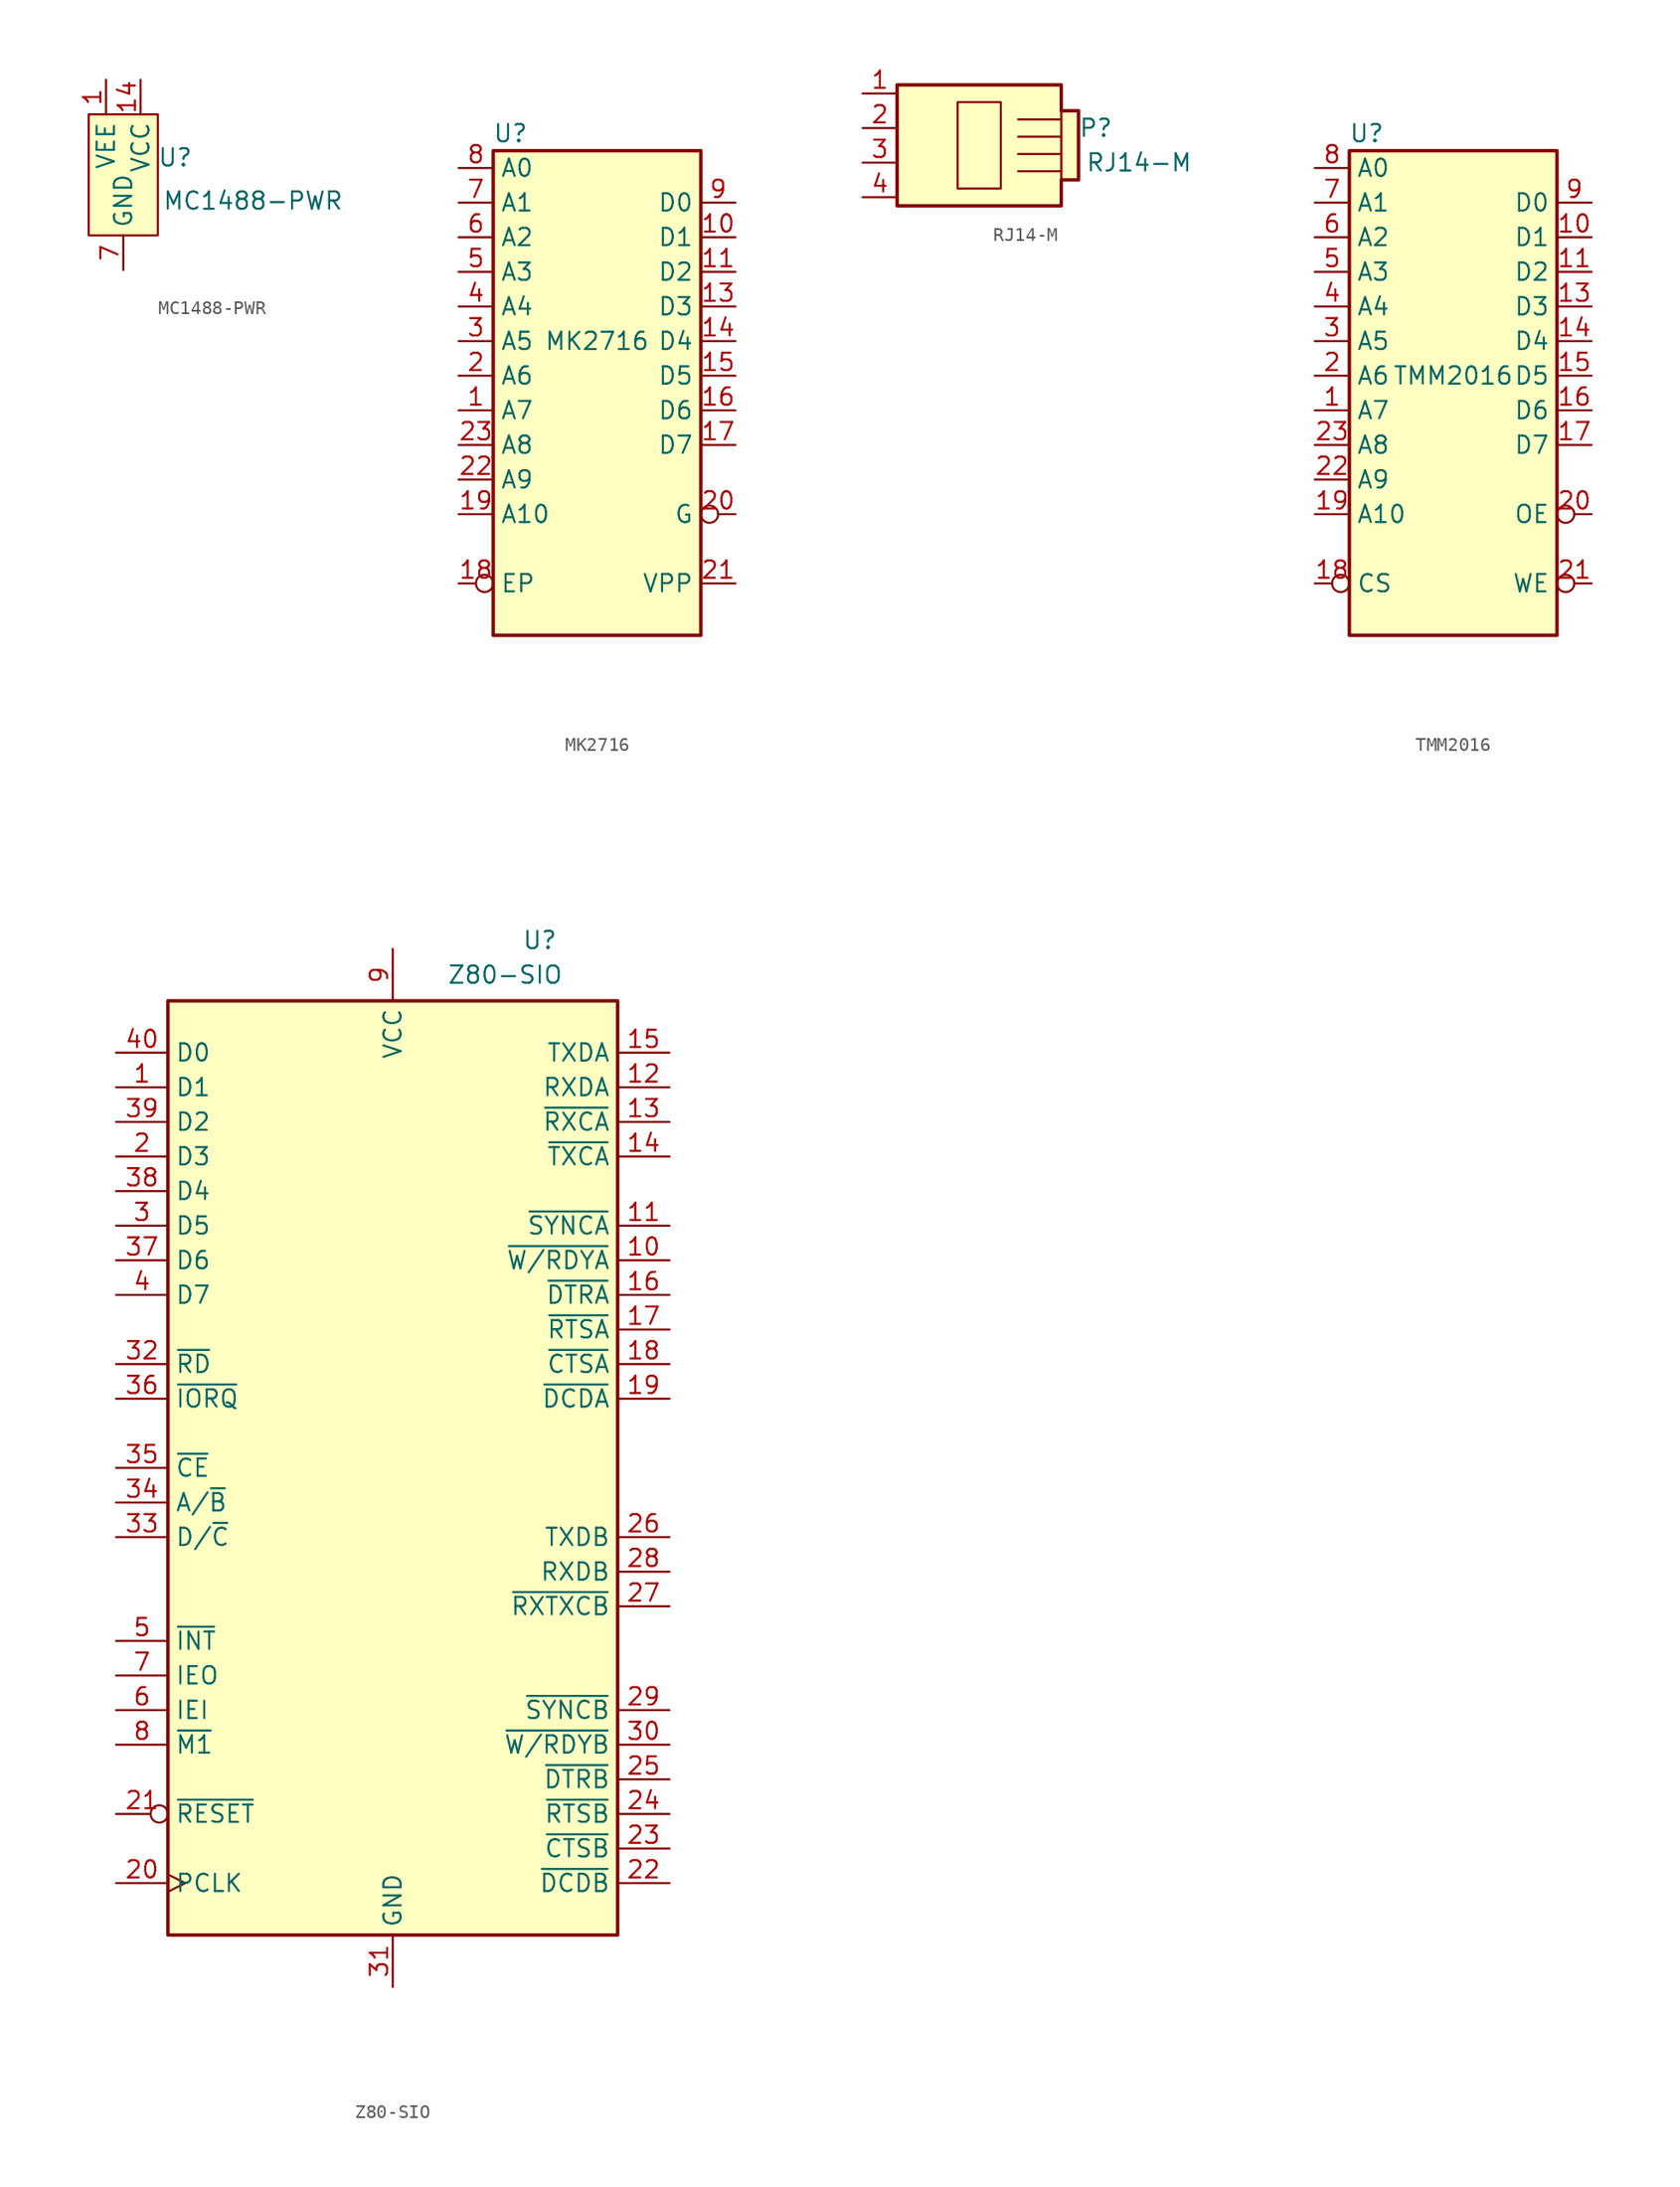
<source format=kicad_sym>
(kicad_symbol_lib
  (version 20211014)
  (generator kicad_symbol_editor)
  (symbol "MC1488-PWR"
    (property "Reference" "U"
      (at 3.81 1.27 0)
      (effects (font (size 1.27 1.27))))
    (property "Value" "MC1488-PWR"
      (at 9.525 -1.905 0)
      (effects (font (size 1.27 1.27))))
    (symbol "MC1488-PWR_0_1"
      (rectangle (start -2.54 4.445) (end 2.54 -4.445) (stroke (width 0) (type default) (color 0 0 0 0)) (fill (type background))))
    (symbol "MC1488-PWR_1_1"
      (pin power_in line (at -1.27 6.985 270) (length 2.54) (name "VEE" (effects (font (size 1.27 1.27)))) (number "1" (effects (font (size 1.27 1.27)))))
      (pin power_in line (at 1.27 6.985 270) (length 2.54) (name "VCC" (effects (font (size 1.27 1.27)))) (number "14" (effects (font (size 1.27 1.27)))))
      (pin power_in line (at 0 -6.985 90) (length 2.54) (name "GND" (effects (font (size 1.27 1.27)))) (number "7" (effects (font (size 1.27 1.27)))))))
  (symbol "MK2716"
    (property "Reference" "U"
      (at -6.35 16.51 0)
      (effects (font (size 1.27 1.27))))
    (property "Value" "MK2716"
      (at 0 1.27 0)
      (effects (font (size 1.27 1.27))))
    (symbol "MK2716_0_1"
      (rectangle (start -7.62 15.24) (end 7.62 -20.32) (stroke (width 0.254) (type default) (color 0 0 0 0)) (fill (type background))))
    (symbol "MK2716_1_1"
      (pin input line (at -10.16 -3.81 0) (length 2.54) (name "A7" (effects (font (size 1.27 1.27)))) (number "1" (effects (font (size 1.27 1.27)))))
      (pin bidirectional line (at 10.16 8.89 180) (length 2.54) (name "D1" (effects (font (size 1.27 1.27)))) (number "10" (effects (font (size 1.27 1.27)))))
      (pin bidirectional line (at 10.16 6.35 180) (length 2.54) (name "D2" (effects (font (size 1.27 1.27)))) (number "11" (effects (font (size 1.27 1.27)))))
      (pin power_in line (at 0 -22.86 90) (length 2.54) hide (name "GND" (effects (font (size 1.27 1.27)))) (number "12" (effects (font (size 1.27 1.27)))))
      (pin bidirectional line (at 10.16 3.81 180) (length 2.54) (name "D3" (effects (font (size 1.27 1.27)))) (number "13" (effects (font (size 1.27 1.27)))))
      (pin bidirectional line (at 10.16 1.27 180) (length 2.54) (name "D4" (effects (font (size 1.27 1.27)))) (number "14" (effects (font (size 1.27 1.27)))))
      (pin bidirectional line (at 10.16 -1.27 180) (length 2.54) (name "D5" (effects (font (size 1.27 1.27)))) (number "15" (effects (font (size 1.27 1.27)))))
      (pin bidirectional line (at 10.16 -3.81 180) (length 2.54) (name "D6" (effects (font (size 1.27 1.27)))) (number "16" (effects (font (size 1.27 1.27)))))
      (pin bidirectional line (at 10.16 -6.35 180) (length 2.54) (name "D7" (effects (font (size 1.27 1.27)))) (number "17" (effects (font (size 1.27 1.27)))))
      (pin input inverted (at -10.16 -16.51 0) (length 2.54) (name "EP" (effects (font (size 1.27 1.27)))) (number "18" (effects (font (size 1.27 1.27)))))
      (pin input line (at -10.16 -11.43 0) (length 2.54) (name "A10" (effects (font (size 1.27 1.27)))) (number "19" (effects (font (size 1.27 1.27)))))
      (pin input line (at -10.16 -1.27 0) (length 2.54) (name "A6" (effects (font (size 1.27 1.27)))) (number "2" (effects (font (size 1.27 1.27)))))
      (pin input inverted (at 10.16 -11.43 180) (length 2.54) (name "G" (effects (font (size 1.27 1.27)))) (number "20" (effects (font (size 1.27 1.27)))))
      (pin power_in line (at 10.16 -16.51 180) (length 2.54) (name "VPP" (effects (font (size 1.27 1.27)))) (number "21" (effects (font (size 1.27 1.27)))))
      (pin input line (at -10.16 -8.89 0) (length 2.54) (name "A9" (effects (font (size 1.27 1.27)))) (number "22" (effects (font (size 1.27 1.27)))))
      (pin input line (at -10.16 -6.35 0) (length 2.54) (name "A8" (effects (font (size 1.27 1.27)))) (number "23" (effects (font (size 1.27 1.27)))))
      (pin power_in line (at 0 17.78 270) (length 2.54) hide (name "VCC" (effects (font (size 1.27 1.27)))) (number "24" (effects (font (size 1.27 1.27)))))
      (pin input line (at -10.16 1.27 0) (length 2.54) (name "A5" (effects (font (size 1.27 1.27)))) (number "3" (effects (font (size 1.27 1.27)))))
      (pin input line (at -10.16 3.81 0) (length 2.54) (name "A4" (effects (font (size 1.27 1.27)))) (number "4" (effects (font (size 1.27 1.27)))))
      (pin input line (at -10.16 6.35 0) (length 2.54) (name "A3" (effects (font (size 1.27 1.27)))) (number "5" (effects (font (size 1.27 1.27)))))
      (pin input line (at -10.16 8.89 0) (length 2.54) (name "A2" (effects (font (size 1.27 1.27)))) (number "6" (effects (font (size 1.27 1.27)))))
      (pin input line (at -10.16 11.43 0) (length 2.54) (name "A1" (effects (font (size 1.27 1.27)))) (number "7" (effects (font (size 1.27 1.27)))))
      (pin input line (at -10.16 13.97 0) (length 2.54) (name "A0" (effects (font (size 1.27 1.27)))) (number "8" (effects (font (size 1.27 1.27)))))
      (pin bidirectional line (at 10.16 11.43 180) (length 2.54) (name "D0" (effects (font (size 1.27 1.27)))) (number "9" (effects (font (size 1.27 1.27)))))))
  (symbol "RJ14-M"
    (property "Reference" "P"
      (at 10.795 1.27 0)
      (effects (font (size 1.27 1.27))))
    (property "Value" "RJ14-M"
      (at 13.97 -1.27 0)
      (effects (font (size 1.27 1.27))))
    (symbol "RJ14-M_0_1"
      (rectangle (start -3.81 4.445) (end 8.255 -4.445) (stroke (width 0) (type default) (color 0 0 0 0)) (fill (type background)))
      (polyline (pts (xy 8.255 -1.905) (xy 5.08 -1.905)) (stroke (width 0) (type default) (color 0 0 0 0)) (fill (type none)))
      (polyline (pts (xy 8.255 -0.635) (xy 5.08 -0.635)) (stroke (width 0) (type default) (color 0 0 0 0)) (fill (type none)))
      (polyline (pts (xy 8.255 0.635) (xy 5.08 0.635)) (stroke (width 0) (type default) (color 0 0 0 0)) (fill (type none)))
      (polyline (pts (xy 8.255 1.905) (xy 5.08 1.905)) (stroke (width 0) (type default) (color 0 0 0 0)) (fill (type none)))
      (polyline (pts (xy -3.81 4.445) (xy 8.255 4.445) (xy 8.255 2.54) (xy 9.525 2.54) (xy 9.525 -2.54) (xy 8.255 -2.54) (xy 8.255 -4.445) (xy -3.81 -4.445) (xy -3.81 4.445)) (stroke (width 0.254) (type default) (color 0 0 0 0)) (fill (type none)))
      (rectangle (start 0.635 3.175) (end 3.81 -3.175) (stroke (width 0) (type default) (color 0 0 0 0)) (fill (type none)))
      (rectangle (start 8.255 2.54) (end 9.525 -2.54) (stroke (width 0) (type default) (color 0 0 0 0)) (fill (type background))))
    (symbol "RJ14-M_1_1"
      (pin unspecified line (at -6.35 3.81 0) (length 2.54) (name "" (effects (font (size 1.27 1.27)))) (number "1" (effects (font (size 1.27 1.27)))))
      (pin unspecified line (at -6.35 1.27 0) (length 2.54) (name "" (effects (font (size 1.27 1.27)))) (number "2" (effects (font (size 1.27 1.27)))))
      (pin unspecified line (at -6.35 -1.27 0) (length 2.54) (name "" (effects (font (size 1.27 1.27)))) (number "3" (effects (font (size 1.27 1.27)))))
      (pin unspecified line (at -6.35 -3.81 0) (length 2.54) (name "" (effects (font (size 1.27 1.27)))) (number "4" (effects (font (size 1.27 1.27)))))))
  (symbol "TMM2016"
    (property "Reference" "U"
      (at -6.35 17.78 0)
      (effects (font (size 1.27 1.27))))
    (property "Value" "TMM2016"
      (at 0 0 0)
      (effects (font (size 1.27 1.27))))
    (symbol "TMM2016_0_1"
      (rectangle (start -7.62 16.51) (end 7.62 -19.05) (stroke (width 0.254) (type default) (color 0 0 0 0)) (fill (type background))))
    (symbol "TMM2016_1_1"
      (pin input line (at -10.16 -2.54 0) (length 2.54) (name "A7" (effects (font (size 1.27 1.27)))) (number "1" (effects (font (size 1.27 1.27)))))
      (pin bidirectional line (at 10.16 10.16 180) (length 2.54) (name "D1" (effects (font (size 1.27 1.27)))) (number "10" (effects (font (size 1.27 1.27)))))
      (pin bidirectional line (at 10.16 7.62 180) (length 2.54) (name "D2" (effects (font (size 1.27 1.27)))) (number "11" (effects (font (size 1.27 1.27)))))
      (pin power_in line (at 0 -21.59 90) (length 2.54) hide (name "GND" (effects (font (size 1.27 1.27)))) (number "12" (effects (font (size 1.27 1.27)))))
      (pin bidirectional line (at 10.16 5.08 180) (length 2.54) (name "D3" (effects (font (size 1.27 1.27)))) (number "13" (effects (font (size 1.27 1.27)))))
      (pin bidirectional line (at 10.16 2.54 180) (length 2.54) (name "D4" (effects (font (size 1.27 1.27)))) (number "14" (effects (font (size 1.27 1.27)))))
      (pin bidirectional line (at 10.16 0 180) (length 2.54) (name "D5" (effects (font (size 1.27 1.27)))) (number "15" (effects (font (size 1.27 1.27)))))
      (pin bidirectional line (at 10.16 -2.54 180) (length 2.54) (name "D6" (effects (font (size 1.27 1.27)))) (number "16" (effects (font (size 1.27 1.27)))))
      (pin bidirectional line (at 10.16 -5.08 180) (length 2.54) (name "D7" (effects (font (size 1.27 1.27)))) (number "17" (effects (font (size 1.27 1.27)))))
      (pin input inverted (at -10.16 -15.24 0) (length 2.54) (name "CS" (effects (font (size 1.27 1.27)))) (number "18" (effects (font (size 1.27 1.27)))))
      (pin input line (at -10.16 -10.16 0) (length 2.54) (name "A10" (effects (font (size 1.27 1.27)))) (number "19" (effects (font (size 1.27 1.27)))))
      (pin input line (at -10.16 0 0) (length 2.54) (name "A6" (effects (font (size 1.27 1.27)))) (number "2" (effects (font (size 1.27 1.27)))))
      (pin input inverted (at 10.16 -10.16 180) (length 2.54) (name "OE" (effects (font (size 1.27 1.27)))) (number "20" (effects (font (size 1.27 1.27)))))
      (pin input inverted (at 10.16 -15.24 180) (length 2.54) (name "WE" (effects (font (size 1.27 1.27)))) (number "21" (effects (font (size 1.27 1.27)))))
      (pin input line (at -10.16 -7.62 0) (length 2.54) (name "A9" (effects (font (size 1.27 1.27)))) (number "22" (effects (font (size 1.27 1.27)))))
      (pin input line (at -10.16 -5.08 0) (length 2.54) (name "A8" (effects (font (size 1.27 1.27)))) (number "23" (effects (font (size 1.27 1.27)))))
      (pin power_in line (at 0 19.05 270) (length 2.54) hide (name "VCC" (effects (font (size 1.27 1.27)))) (number "24" (effects (font (size 1.27 1.27)))))
      (pin input line (at -10.16 2.54 0) (length 2.54) (name "A5" (effects (font (size 1.27 1.27)))) (number "3" (effects (font (size 1.27 1.27)))))
      (pin input line (at -10.16 5.08 0) (length 2.54) (name "A4" (effects (font (size 1.27 1.27)))) (number "4" (effects (font (size 1.27 1.27)))))
      (pin input line (at -10.16 7.62 0) (length 2.54) (name "A3" (effects (font (size 1.27 1.27)))) (number "5" (effects (font (size 1.27 1.27)))))
      (pin input line (at -10.16 10.16 0) (length 2.54) (name "A2" (effects (font (size 1.27 1.27)))) (number "6" (effects (font (size 1.27 1.27)))))
      (pin input line (at -10.16 12.7 0) (length 2.54) (name "A1" (effects (font (size 1.27 1.27)))) (number "7" (effects (font (size 1.27 1.27)))))
      (pin input line (at -10.16 15.24 0) (length 2.54) (name "A0" (effects (font (size 1.27 1.27)))) (number "8" (effects (font (size 1.27 1.27)))))
      (pin bidirectional line (at 10.16 12.7 180) (length 2.54) (name "D0" (effects (font (size 1.27 1.27)))) (number "9" (effects (font (size 1.27 1.27)))))))
  (symbol "Z80-SIO"
    (property "Reference" "U"
      (at 10.795 36.195 0)
      (effects (font (size 1.27 1.27))))
    (property "Value" "Z80-SIO"
      (at 8.255 33.655 0)
      (effects (font (size 1.27 1.27))))
    (symbol "Z80-SIO_0_1"
      (rectangle (start -16.51 -36.83) (end 16.51 31.75) (stroke (width 0.254) (type default) (color 0 0 0 0)) (fill (type background))))
    (symbol "Z80-SIO_1_1"
      (pin input line (at -20.32 25.4 0) (length 3.81) (name "D1" (effects (font (size 1.27 1.27)))) (number "1" (effects (font (size 1.27 1.27)))))
      (pin output line (at 20.32 12.7 180) (length 3.81) (name "~{W/RDYA}" (effects (font (size 1.27 1.27)))) (number "10" (effects (font (size 1.27 1.27)))))
      (pin bidirectional line (at 20.32 15.24 180) (length 3.81) (name "~{SYNCA}" (effects (font (size 1.27 1.27)))) (number "11" (effects (font (size 1.27 1.27)))))
      (pin input line (at 20.32 25.4 180) (length 3.81) (name "RXDA" (effects (font (size 1.27 1.27)))) (number "12" (effects (font (size 1.27 1.27)))))
      (pin input line (at 20.32 22.86 180) (length 3.81) (name "~{RXCA}" (effects (font (size 1.27 1.27)))) (number "13" (effects (font (size 1.27 1.27)))))
      (pin input line (at 20.32 20.32 180) (length 3.81) (name "~{TXCA}" (effects (font (size 1.27 1.27)))) (number "14" (effects (font (size 1.27 1.27)))))
      (pin output line (at 20.32 27.94 180) (length 3.81) (name "TXDA" (effects (font (size 1.27 1.27)))) (number "15" (effects (font (size 1.27 1.27)))))
      (pin output line (at 20.32 10.16 180) (length 3.81) (name "~{DTRA}" (effects (font (size 1.27 1.27)))) (number "16" (effects (font (size 1.27 1.27)))))
      (pin output line (at 20.32 7.62 180) (length 3.81) (name "~{RTSA}" (effects (font (size 1.27 1.27)))) (number "17" (effects (font (size 1.27 1.27)))))
      (pin input line (at 20.32 5.08 180) (length 3.81) (name "~{CTSA}" (effects (font (size 1.27 1.27)))) (number "18" (effects (font (size 1.27 1.27)))))
      (pin input line (at 20.32 2.54 180) (length 3.81) (name "~{DCDA}" (effects (font (size 1.27 1.27)))) (number "19" (effects (font (size 1.27 1.27)))))
      (pin input line (at -20.32 20.32 0) (length 3.81) (name "D3" (effects (font (size 1.27 1.27)))) (number "2" (effects (font (size 1.27 1.27)))))
      (pin input clock (at -20.32 -33.02 0) (length 3.81) (name "PCLK" (effects (font (size 1.27 1.27)))) (number "20" (effects (font (size 1.27 1.27)))))
      (pin input inverted (at -20.32 -27.94 0) (length 3.81) (name "~{RESET}" (effects (font (size 1.27 1.27)))) (number "21" (effects (font (size 1.27 1.27)))))
      (pin input line (at 20.32 -33.02 180) (length 3.81) (name "~{DCDB}" (effects (font (size 1.27 1.27)))) (number "22" (effects (font (size 1.27 1.27)))))
      (pin input line (at 20.32 -30.48 180) (length 3.81) (name "~{CTSB}" (effects (font (size 1.27 1.27)))) (number "23" (effects (font (size 1.27 1.27)))))
      (pin output line (at 20.32 -27.94 180) (length 3.81) (name "~{RTSB}" (effects (font (size 1.27 1.27)))) (number "24" (effects (font (size 1.27 1.27)))))
      (pin output line (at 20.32 -25.4 180) (length 3.81) (name "~{DTRB}" (effects (font (size 1.27 1.27)))) (number "25" (effects (font (size 1.27 1.27)))))
      (pin output line (at 20.32 -7.62 180) (length 3.81) (name "TXDB" (effects (font (size 1.27 1.27)))) (number "26" (effects (font (size 1.27 1.27)))))
      (pin input line (at 20.32 -12.7 180) (length 3.81) (name "~{RXTXCB}" (effects (font (size 1.27 1.27)))) (number "27" (effects (font (size 1.27 1.27)))))
      (pin input line (at 20.32 -10.16 180) (length 3.81) (name "RXDB" (effects (font (size 1.27 1.27)))) (number "28" (effects (font (size 1.27 1.27)))))
      (pin bidirectional line (at 20.32 -20.32 180) (length 3.81) (name "~{SYNCB}" (effects (font (size 1.27 1.27)))) (number "29" (effects (font (size 1.27 1.27)))))
      (pin input line (at -20.32 15.24 0) (length 3.81) (name "D5" (effects (font (size 1.27 1.27)))) (number "3" (effects (font (size 1.27 1.27)))))
      (pin output line (at 20.32 -22.86 180) (length 3.81) (name "~{W/RDYB}" (effects (font (size 1.27 1.27)))) (number "30" (effects (font (size 1.27 1.27)))))
      (pin power_in line (at 0 -40.64 90) (length 3.81) (name "GND" (effects (font (size 1.27 1.27)))) (number "31" (effects (font (size 1.27 1.27)))))
      (pin input line (at -20.32 5.08 0) (length 3.81) (name "~{RD}" (effects (font (size 1.27 1.27)))) (number "32" (effects (font (size 1.27 1.27)))))
      (pin input line (at -20.32 -7.62 0) (length 3.81) (name "D/~{C}" (effects (font (size 1.27 1.27)))) (number "33" (effects (font (size 1.27 1.27)))))
      (pin input line (at -20.32 -5.08 0) (length 3.81) (name "A/~{B}" (effects (font (size 1.27 1.27)))) (number "34" (effects (font (size 1.27 1.27)))))
      (pin input line (at -20.32 -2.54 0) (length 3.81) (name "~{CE}" (effects (font (size 1.27 1.27)))) (number "35" (effects (font (size 1.27 1.27)))))
      (pin input line (at -20.32 2.54 0) (length 3.81) (name "~{IORQ}" (effects (font (size 1.27 1.27)))) (number "36" (effects (font (size 1.27 1.27)))))
      (pin input line (at -20.32 12.7 0) (length 3.81) (name "D6" (effects (font (size 1.27 1.27)))) (number "37" (effects (font (size 1.27 1.27)))))
      (pin input line (at -20.32 17.78 0) (length 3.81) (name "D4" (effects (font (size 1.27 1.27)))) (number "38" (effects (font (size 1.27 1.27)))))
      (pin input line (at -20.32 22.86 0) (length 3.81) (name "D2" (effects (font (size 1.27 1.27)))) (number "39" (effects (font (size 1.27 1.27)))))
      (pin input line (at -20.32 10.16 0) (length 3.81) (name "D7" (effects (font (size 1.27 1.27)))) (number "4" (effects (font (size 1.27 1.27)))))
      (pin input line (at -20.32 27.94 0) (length 3.81) (name "D0" (effects (font (size 1.27 1.27)))) (number "40" (effects (font (size 1.27 1.27)))))
      (pin open_collector line (at -20.32 -15.24 0) (length 3.81) (name "~{INT}" (effects (font (size 1.27 1.27)))) (number "5" (effects (font (size 1.27 1.27)))))
      (pin input line (at -20.32 -20.32 0) (length 3.81) (name "IEI" (effects (font (size 1.27 1.27)))) (number "6" (effects (font (size 1.27 1.27)))))
      (pin output line (at -20.32 -17.78 0) (length 3.81) (name "IEO" (effects (font (size 1.27 1.27)))) (number "7" (effects (font (size 1.27 1.27)))))
      (pin input line (at -20.32 -22.86 0) (length 3.81) (name "~{M1}" (effects (font (size 1.27 1.27)))) (number "8" (effects (font (size 1.27 1.27)))))
      (pin power_in line (at 0 35.56 270) (length 3.81) (name "VCC" (effects (font (size 1.27 1.27)))) (number "9" (effects (font (size 1.27 1.27))))))))
</source>
